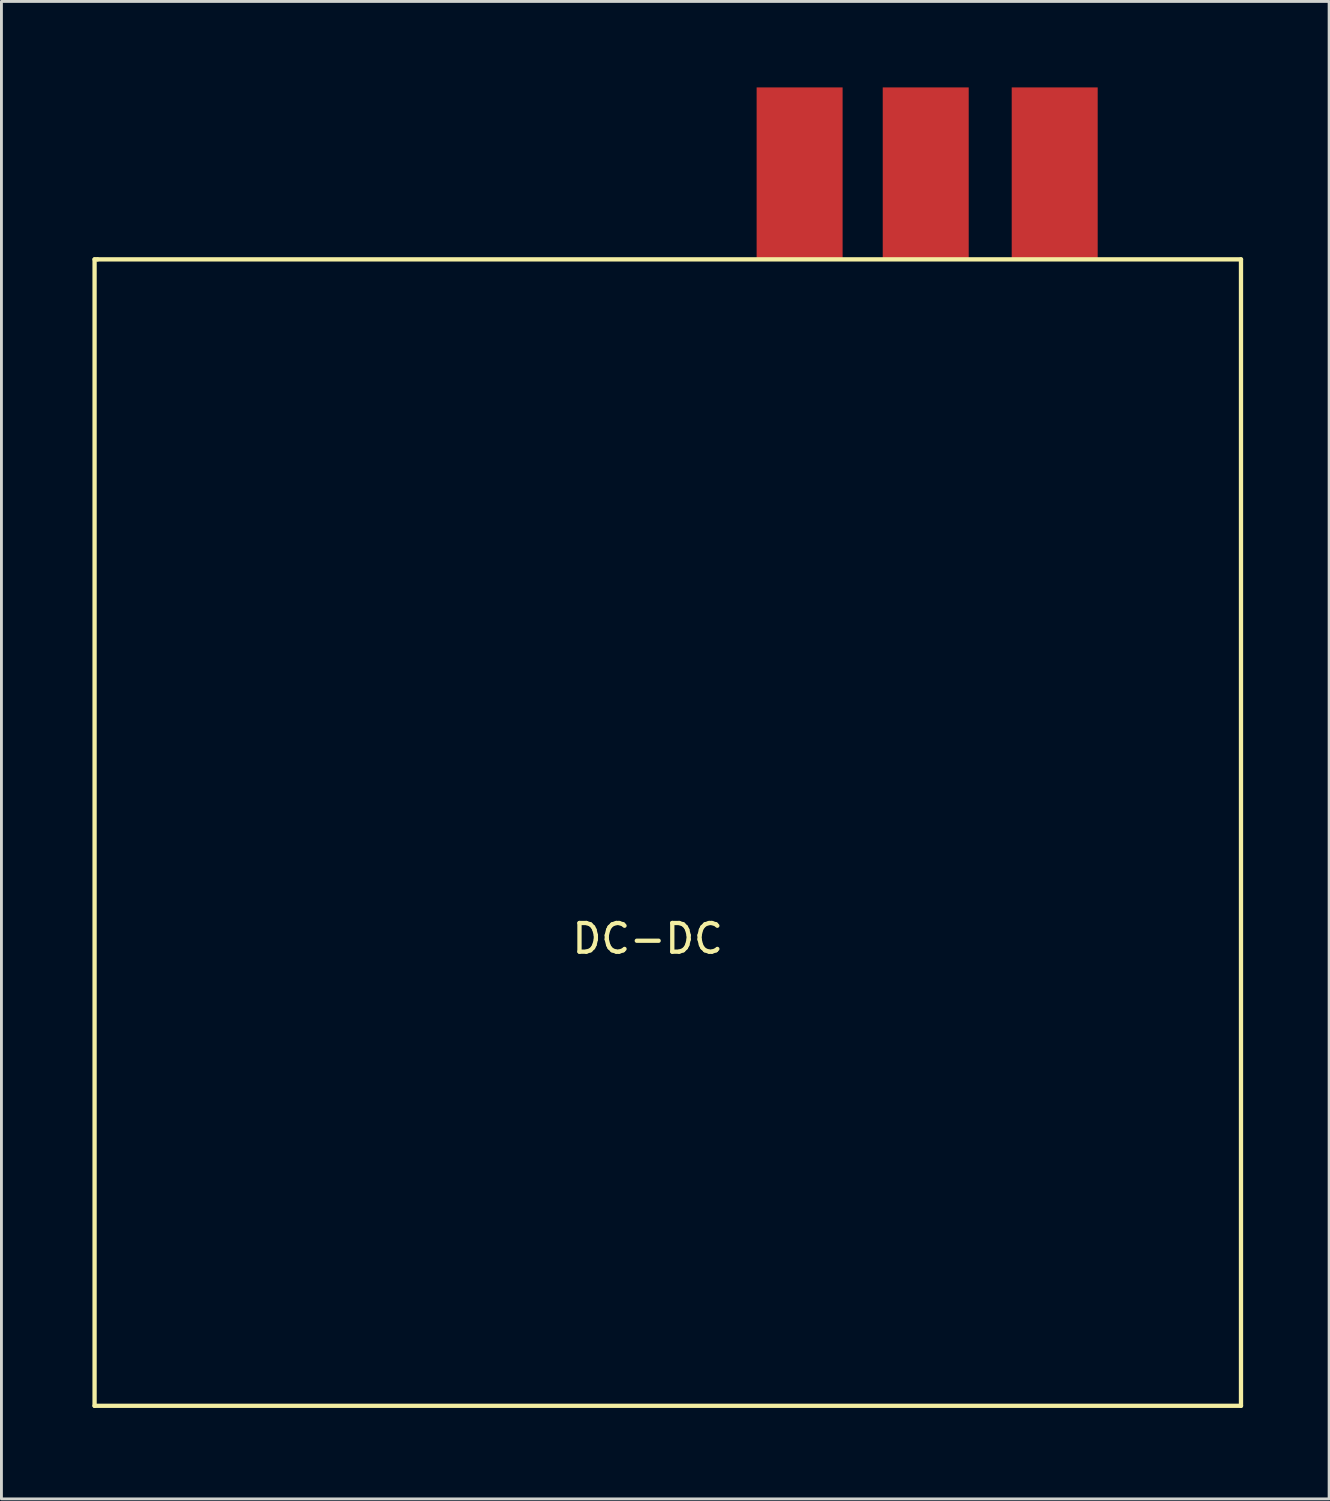
<source format=kicad_pcb>
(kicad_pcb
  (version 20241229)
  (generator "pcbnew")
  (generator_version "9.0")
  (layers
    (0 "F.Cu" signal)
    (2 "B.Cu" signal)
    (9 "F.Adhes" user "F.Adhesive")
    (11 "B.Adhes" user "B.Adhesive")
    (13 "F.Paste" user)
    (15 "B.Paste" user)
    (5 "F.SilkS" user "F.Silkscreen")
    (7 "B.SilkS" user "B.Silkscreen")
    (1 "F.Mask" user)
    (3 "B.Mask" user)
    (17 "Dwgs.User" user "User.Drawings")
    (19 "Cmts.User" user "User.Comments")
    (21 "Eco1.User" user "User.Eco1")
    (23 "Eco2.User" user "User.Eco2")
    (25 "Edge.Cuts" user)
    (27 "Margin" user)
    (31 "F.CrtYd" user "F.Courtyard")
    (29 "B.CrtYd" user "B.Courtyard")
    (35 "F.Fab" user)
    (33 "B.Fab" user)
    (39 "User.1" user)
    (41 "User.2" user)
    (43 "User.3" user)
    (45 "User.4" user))
  (footprint "DC-DC"
    (layer "F.Cu")
    (at 0.25 46)
    (property "Reference" "DC-DC" (at 19.3 -16.3 0) (layer "F.SilkS") (effects (font (size 1 1) (thickness 0.15))))
    (attr through_hole)
    (fp_line (start 0 -40) (end 0 0) (stroke (width 0.15) (type solid)) (layer "F.SilkS"))
    (fp_line (start 0 0) (end 40 0) (stroke (width 0.15) (type solid)) (layer "F.SilkS"))
    (fp_line (start 0.1 -40) (end 0 -40) (stroke (width 0.15) (type solid)) (layer "F.SilkS"))
    (fp_line (start 40 -40) (end 0.1 -40) (stroke (width 0.15) (type solid)) (layer "F.SilkS"))
    (fp_line (start 40 0) (end 40 -40) (stroke (width 0.15) (type solid)) (layer "F.SilkS"))
    (pad "1" smd rect (at 24.6 -43) (size 3 6) (layers "F.Cu" "F.Mask" "F.Paste"))
    (pad "2" smd rect (at 29 -43) (size 3 6) (layers "F.Cu" "F.Mask" "F.Paste"))
    (pad "3" smd rect (at 33.5 -43) (size 3 6) (layers "F.Cu" "F.Mask" "F.Paste")))
  (gr_rect
    (start -3 -3)
    (end 43.325 49.25)
    (stroke (width 0.1) (type default))
    (fill no)
    (layer "Edge.Cuts")))
</source>
